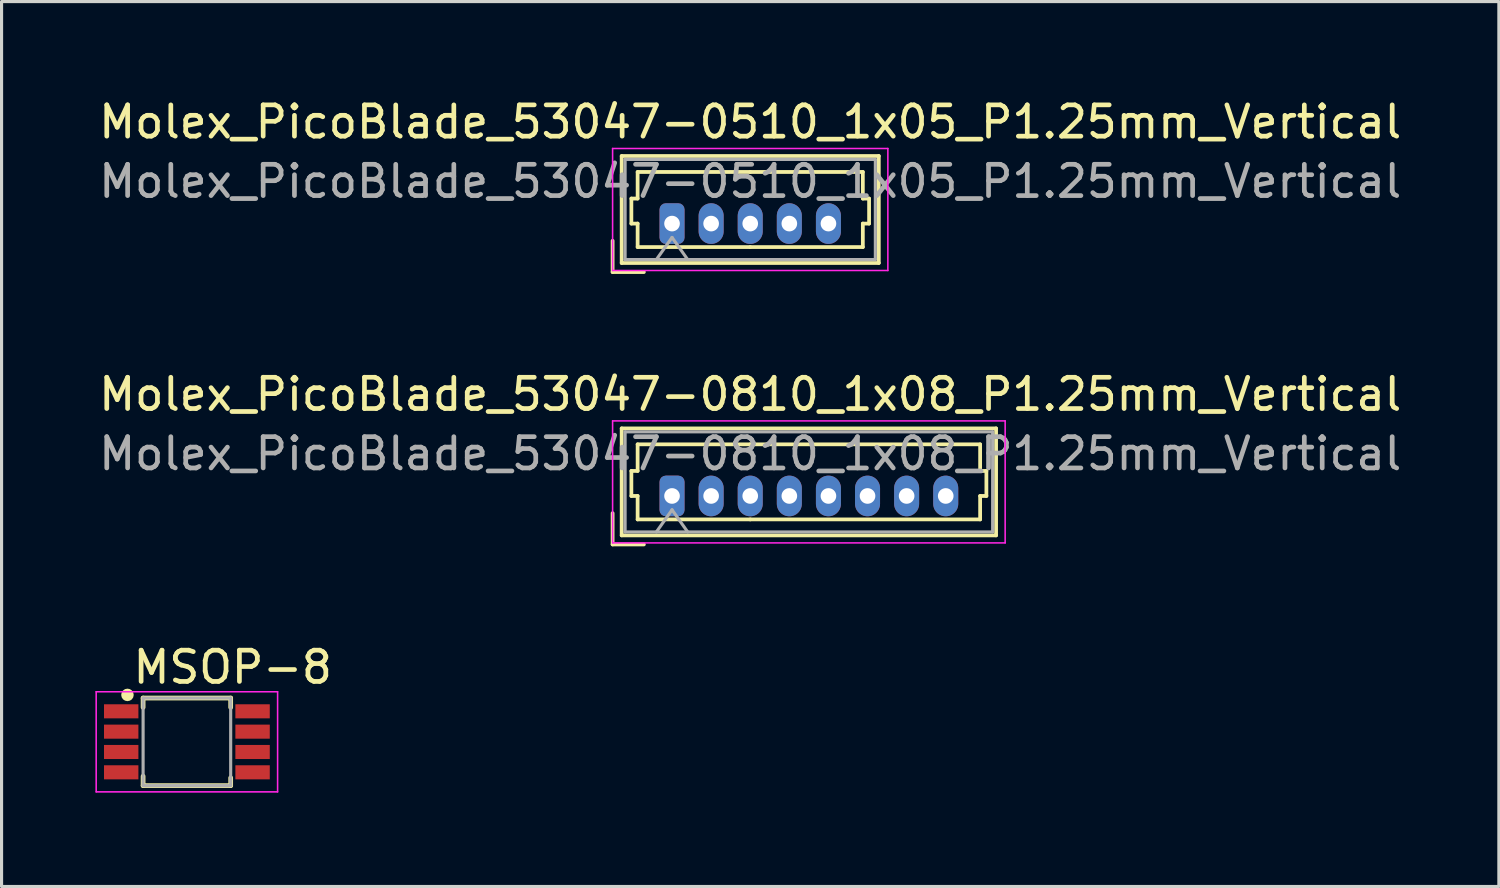
<source format=kicad_pcb>
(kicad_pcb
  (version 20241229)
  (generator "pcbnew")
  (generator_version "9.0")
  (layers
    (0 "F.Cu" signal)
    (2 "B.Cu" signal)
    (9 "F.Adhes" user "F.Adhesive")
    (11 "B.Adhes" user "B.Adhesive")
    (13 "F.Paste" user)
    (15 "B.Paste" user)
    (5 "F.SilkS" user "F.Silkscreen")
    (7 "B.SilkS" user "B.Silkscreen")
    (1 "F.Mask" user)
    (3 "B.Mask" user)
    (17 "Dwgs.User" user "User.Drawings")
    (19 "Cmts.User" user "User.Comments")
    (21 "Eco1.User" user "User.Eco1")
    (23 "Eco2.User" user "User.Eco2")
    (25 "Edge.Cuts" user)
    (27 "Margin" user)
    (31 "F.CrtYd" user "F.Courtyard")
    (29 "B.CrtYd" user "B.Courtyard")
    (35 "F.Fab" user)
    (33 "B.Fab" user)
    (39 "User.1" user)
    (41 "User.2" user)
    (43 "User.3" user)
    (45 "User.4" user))
  (footprint "Molex_PicoBlade_53047-0510_1x05_P1.25mm_Vertical"
    (layer "F.Cu")
    (at 18.435 4.098)
    (property "Reference" "Molex_PicoBlade_53047-0510_1x05_P1.25mm_Vertical" (at 2.5 -3.25 0) (layer "F.SilkS") (effects (font (size 1 1) (thickness 0.15))))
    (attr through_hole)
    (fp_line (start -1.9 1.55) (end -1.9 0.55) (stroke (width 0.12) (type solid)) (layer "F.SilkS"))
    (fp_line (start -1.9 1.55) (end -0.9 1.55) (stroke (width 0.12) (type solid)) (layer "F.SilkS"))
    (fp_line (start -1.61 -2.16) (end -1.61 1.26) (stroke (width 0.12) (type solid)) (layer "F.SilkS"))
    (fp_line (start -1.61 1.26) (end 6.61 1.26) (stroke (width 0.12) (type solid)) (layer "F.SilkS"))
    (fp_line (start -1.3 -0.8) (end -1.1 -0.8) (stroke (width 0.12) (type solid)) (layer "F.SilkS"))
    (fp_line (start -1.3 0) (end -1.3 -0.8) (stroke (width 0.12) (type solid)) (layer "F.SilkS"))
    (fp_line (start -1.1 -1.65) (end 2.5 -1.65) (stroke (width 0.12) (type solid)) (layer "F.SilkS"))
    (fp_line (start -1.1 -0.8) (end -1.1 -1.65) (stroke (width 0.12) (type solid)) (layer "F.SilkS"))
    (fp_line (start -1.1 0) (end -1.3 0) (stroke (width 0.12) (type solid)) (layer "F.SilkS"))
    (fp_line (start -1.1 0.75) (end -1.1 0) (stroke (width 0.12) (type solid)) (layer "F.SilkS"))
    (fp_line (start 2.5 0.75) (end -1.1 0.75) (stroke (width 0.12) (type solid)) (layer "F.SilkS"))
    (fp_line (start 2.5 0.75) (end 6.1 0.75) (stroke (width 0.12) (type solid)) (layer "F.SilkS"))
    (fp_line (start 6.1 -1.65) (end 2.5 -1.65) (stroke (width 0.12) (type solid)) (layer "F.SilkS"))
    (fp_line (start 6.1 -0.8) (end 6.1 -1.65) (stroke (width 0.12) (type solid)) (layer "F.SilkS"))
    (fp_line (start 6.1 0) (end 6.3 0) (stroke (width 0.12) (type solid)) (layer "F.SilkS"))
    (fp_line (start 6.1 0.75) (end 6.1 0) (stroke (width 0.12) (type solid)) (layer "F.SilkS"))
    (fp_line (start 6.3 -0.8) (end 6.1 -0.8) (stroke (width 0.12) (type solid)) (layer "F.SilkS"))
    (fp_line (start 6.3 0) (end 6.3 -0.8) (stroke (width 0.12) (type solid)) (layer "F.SilkS"))
    (fp_line (start 6.61 -2.16) (end -1.61 -2.16) (stroke (width 0.12) (type solid)) (layer "F.SilkS"))
    (fp_line (start 6.61 1.26) (end 6.61 -2.16) (stroke (width 0.12) (type solid)) (layer "F.SilkS"))
    (fp_line (start -1.9 -2.4) (end -1.9 1.5) (stroke (width 0.05) (type solid)) (layer "F.CrtYd"))
    (fp_line (start -1.9 1.5) (end 6.9 1.5) (stroke (width 0.05) (type solid)) (layer "F.CrtYd"))
    (fp_line (start 6.9 -2.4) (end -1.9 -2.4) (stroke (width 0.05) (type solid)) (layer "F.CrtYd"))
    (fp_line (start 6.9 1.5) (end 6.9 -2.4) (stroke (width 0.05) (type solid)) (layer "F.CrtYd"))
    (fp_line (start -1.5 -2.05) (end -1.5 1.15) (stroke (width 0.1) (type solid)) (layer "F.Fab"))
    (fp_line (start -1.5 1.15) (end 6.5 1.15) (stroke (width 0.1) (type solid)) (layer "F.Fab"))
    (fp_line (start -0.5 1.15) (end 0 0.443) (stroke (width 0.1) (type solid)) (layer "F.Fab"))
    (fp_line (start 0 0.443) (end 0.5 1.15) (stroke (width 0.1) (type solid)) (layer "F.Fab"))
    (fp_line (start 6.5 -2.05) (end -1.5 -2.05) (stroke (width 0.1) (type solid)) (layer "F.Fab"))
    (fp_line (start 6.5 1.15) (end 6.5 -2.05) (stroke (width 0.1) (type solid)) (layer "F.Fab"))
    (fp_text user "${REFERENCE}" (at 2.5 -1.35 0) (layer "F.Fab") (effects (font (size 1 1) (thickness 0.15))))
    (pad "1" thru_hole roundrect (at 0 0) (size 0.8 1.3) (drill 0.5) (layers "*.Cu" "*.Mask") (roundrect_rratio 0.25))
    (pad "2" thru_hole oval (at 1.25 0) (size 0.8 1.3) (drill 0.5) (layers "*.Cu" "*.Mask"))
    (pad "3" thru_hole oval (at 2.5 0) (size 0.8 1.3) (drill 0.5) (layers "*.Cu" "*.Mask"))
    (pad "4" thru_hole oval (at 3.75 0) (size 0.8 1.3) (drill 0.5) (layers "*.Cu" "*.Mask"))
    (pad "5" thru_hole oval (at 5 0) (size 0.8 1.3) (drill 0.5) (layers "*.Cu" "*.Mask")))
  (footprint "MSOP-8"
    (layer "F.Cu")
    (at 2.925 20.666)
    (property "Reference" "MSOP-8" (at -1.8 -1.8 180) (layer "F.SilkS") (effects (font (size 1 1) (thickness 0.15)) (justify left bottom)))
    (attr through_hole)
    (fp_line (start -1.4 -1.4) (end 1.4 -1.4) (stroke (width 0.15) (type solid)) (layer "F.SilkS"))
    (fp_line (start -1.4 -1.1) (end -1.4 -1.4) (stroke (width 0.15) (type solid)) (layer "F.SilkS"))
    (fp_line (start -1.4 1.1) (end -1.4 1.4) (stroke (width 0.15) (type solid)) (layer "F.SilkS"))
    (fp_line (start -1.4 1.4) (end 1.4 1.4) (stroke (width 0.15) (type solid)) (layer "F.SilkS"))
    (fp_line (start 1.4 -1.1) (end 1.4 -1.4) (stroke (width 0.15) (type solid)) (layer "F.SilkS"))
    (fp_line (start 1.4 1.15) (end 1.4 1.4) (stroke (width 0.15) (type solid)) (layer "F.SilkS"))
    (fp_circle (center -1.9 -1.5) (end -1.9 -1.4) (stroke (width 0.2) (type solid)) (fill no) (layer "F.SilkS"))
    (fp_line (start -2.9 -1.6) (end 2.9 -1.6) (stroke (width 0.05) (type solid)) (layer "F.CrtYd"))
    (fp_line (start -2.9 1.6) (end -2.9 -1.6) (stroke (width 0.05) (type solid)) (layer "F.CrtYd"))
    (fp_line (start 2.9 -1.6) (end 2.9 1.6) (stroke (width 0.05) (type solid)) (layer "F.CrtYd"))
    (fp_line (start 2.9 1.6) (end -2.9 1.6) (stroke (width 0.05) (type solid)) (layer "F.CrtYd"))
    (fp_line (start -1.4 -1.4) (end 1.4 -1.4) (stroke (width 0.1) (type solid)) (layer "F.Fab"))
    (fp_line (start -1.4 1.4) (end -1.4 -1.4) (stroke (width 0.1) (type solid)) (layer "F.Fab"))
    (fp_line (start 1.4 -1.4) (end 1.4 1.4) (stroke (width 0.1) (type solid)) (layer "F.Fab"))
    (fp_line (start 1.4 1.4) (end -1.4 1.4) (stroke (width 0.1) (type solid)) (layer "F.Fab"))
    (pad "1" smd rect (at -2.1 -0.975 270) (size 0.45 1.1) (layers "F.Cu" "F.Mask" "F.Paste"))
    (pad "2" smd rect (at -2.1 -0.325 270) (size 0.45 1.1) (layers "F.Cu" "F.Mask" "F.Paste"))
    (pad "3" smd rect (at -2.1 0.325 270) (size 0.45 1.1) (layers "F.Cu" "F.Mask" "F.Paste"))
    (pad "4" smd rect (at -2.1 0.975 270) (size 0.45 1.1) (layers "F.Cu" "F.Mask" "F.Paste"))
    (pad "5" smd rect (at 2.1 0.975 270) (size 0.45 1.1) (layers "F.Cu" "F.Mask" "F.Paste"))
    (pad "6" smd rect (at 2.1 0.325 270) (size 0.45 1.1) (layers "F.Cu" "F.Mask" "F.Paste"))
    (pad "7" smd rect (at 2.1 -0.325 270) (size 0.45 1.1) (layers "F.Cu" "F.Mask" "F.Paste"))
    (pad "8" smd rect (at 2.1 -0.975 270) (size 0.45 1.1) (layers "F.Cu" "F.Mask" "F.Paste")))
  (footprint "Molex_PicoBlade_53047-0810_1x08_P1.25mm_Vertical"
    (layer "F.Cu")
    (at 18.435 12.806)
    (property "Reference" "Molex_PicoBlade_53047-0810_1x08_P1.25mm_Vertical" (at 2.5 -3.25 0) (layer "F.SilkS") (effects (font (size 1 1) (thickness 0.15))))
    (attr through_hole)
    (fp_line (start -1.9 1.55) (end -1.9 0.55) (stroke (width 0.12) (type solid)) (layer "F.SilkS"))
    (fp_line (start -1.9 1.55) (end -0.9 1.55) (stroke (width 0.12) (type solid)) (layer "F.SilkS"))
    (fp_line (start -1.61 -2.16) (end -1.61 1.26) (stroke (width 0.12) (type solid)) (layer "F.SilkS"))
    (fp_line (start -1.61 1.26) (end 10.36 1.26) (stroke (width 0.12) (type solid)) (layer "F.SilkS"))
    (fp_line (start -1.3 -0.8) (end -1.1 -0.8) (stroke (width 0.12) (type solid)) (layer "F.SilkS"))
    (fp_line (start -1.3 0) (end -1.3 -0.8) (stroke (width 0.12) (type solid)) (layer "F.SilkS"))
    (fp_line (start -1.1 -1.65) (end 2.5 -1.65) (stroke (width 0.12) (type solid)) (layer "F.SilkS"))
    (fp_line (start -1.1 -0.8) (end -1.1 -1.65) (stroke (width 0.12) (type solid)) (layer "F.SilkS"))
    (fp_line (start -1.1 0) (end -1.3 0) (stroke (width 0.12) (type solid)) (layer "F.SilkS"))
    (fp_line (start -1.1 0.75) (end -1.1 0) (stroke (width 0.12) (type solid)) (layer "F.SilkS"))
    (fp_line (start 2.5 0.75) (end -1.1 0.75) (stroke (width 0.12) (type solid)) (layer "F.SilkS"))
    (fp_line (start 2.5 0.75) (end 9.85 0.75) (stroke (width 0.12) (type solid)) (layer "F.SilkS"))
    (fp_line (start 9.85 -1.65) (end 2.5 -1.65) (stroke (width 0.12) (type solid)) (layer "F.SilkS"))
    (fp_line (start 9.85 -0.8) (end 9.85 -1.65) (stroke (width 0.12) (type solid)) (layer "F.SilkS"))
    (fp_line (start 9.85 0) (end 10.05 0) (stroke (width 0.12) (type solid)) (layer "F.SilkS"))
    (fp_line (start 9.85 0.75) (end 9.85 0) (stroke (width 0.12) (type solid)) (layer "F.SilkS"))
    (fp_line (start 10.05 -0.8) (end 9.85 -0.8) (stroke (width 0.12) (type solid)) (layer "F.SilkS"))
    (fp_line (start 10.05 0) (end 10.05 -0.8) (stroke (width 0.12) (type solid)) (layer "F.SilkS"))
    (fp_line (start 10.36 -2.16) (end -1.61 -2.16) (stroke (width 0.12) (type solid)) (layer "F.SilkS"))
    (fp_line (start 10.36 1.26) (end 10.36 -2.16) (stroke (width 0.12) (type solid)) (layer "F.SilkS"))
    (fp_line (start -1.9 -2.4) (end -1.9 1.5) (stroke (width 0.05) (type solid)) (layer "F.CrtYd"))
    (fp_line (start -1.9 1.5) (end 10.65 1.5) (stroke (width 0.05) (type solid)) (layer "F.CrtYd"))
    (fp_line (start 10.65 -2.4) (end -1.9 -2.4) (stroke (width 0.05) (type solid)) (layer "F.CrtYd"))
    (fp_line (start 10.65 1.5) (end 10.65 -2.4) (stroke (width 0.05) (type solid)) (layer "F.CrtYd"))
    (fp_line (start -1.5 -2.05) (end -1.5 1.15) (stroke (width 0.1) (type solid)) (layer "F.Fab"))
    (fp_line (start -1.5 1.15) (end 10.25 1.15) (stroke (width 0.1) (type solid)) (layer "F.Fab"))
    (fp_line (start -0.5 1.15) (end 0 0.443) (stroke (width 0.1) (type solid)) (layer "F.Fab"))
    (fp_line (start 0 0.443) (end 0.5 1.15) (stroke (width 0.1) (type solid)) (layer "F.Fab"))
    (fp_line (start 10.25 -2.05) (end -1.5 -2.05) (stroke (width 0.1) (type solid)) (layer "F.Fab"))
    (fp_line (start 10.25 1.15) (end 10.25 -2.05) (stroke (width 0.1) (type solid)) (layer "F.Fab"))
    (fp_text user "${REFERENCE}" (at 2.5 -1.35 0) (layer "F.Fab") (effects (font (size 1 1) (thickness 0.15))))
    (pad "1" thru_hole roundrect (at 0 0) (size 0.8 1.3) (drill 0.5) (layers "*.Cu" "*.Mask") (roundrect_rratio 0.25))
    (pad "2" thru_hole oval (at 1.25 0) (size 0.8 1.3) (drill 0.5) (layers "*.Cu" "*.Mask"))
    (pad "3" thru_hole oval (at 2.5 0) (size 0.8 1.3) (drill 0.5) (layers "*.Cu" "*.Mask"))
    (pad "4" thru_hole oval (at 3.75 0) (size 0.8 1.3) (drill 0.5) (layers "*.Cu" "*.Mask"))
    (pad "5" thru_hole oval (at 5 0) (size 0.8 1.3) (drill 0.5) (layers "*.Cu" "*.Mask"))
    (pad "6" thru_hole oval (at 6.25 0) (size 0.8 1.3) (drill 0.5) (layers "*.Cu" "*.Mask"))
    (pad "7" thru_hole oval (at 7.5 0) (size 0.8 1.3) (drill 0.5) (layers "*.Cu" "*.Mask"))
    (pad "8" thru_hole oval (at 8.75 0) (size 0.8 1.3) (drill 0.5) (layers "*.Cu" "*.Mask")))
  (gr_rect
    (start -3 -3)
    (end 44.869 25.291)
    (stroke (width 0.1) (type default))
    (fill no)
    (layer "Edge.Cuts")))
</source>
